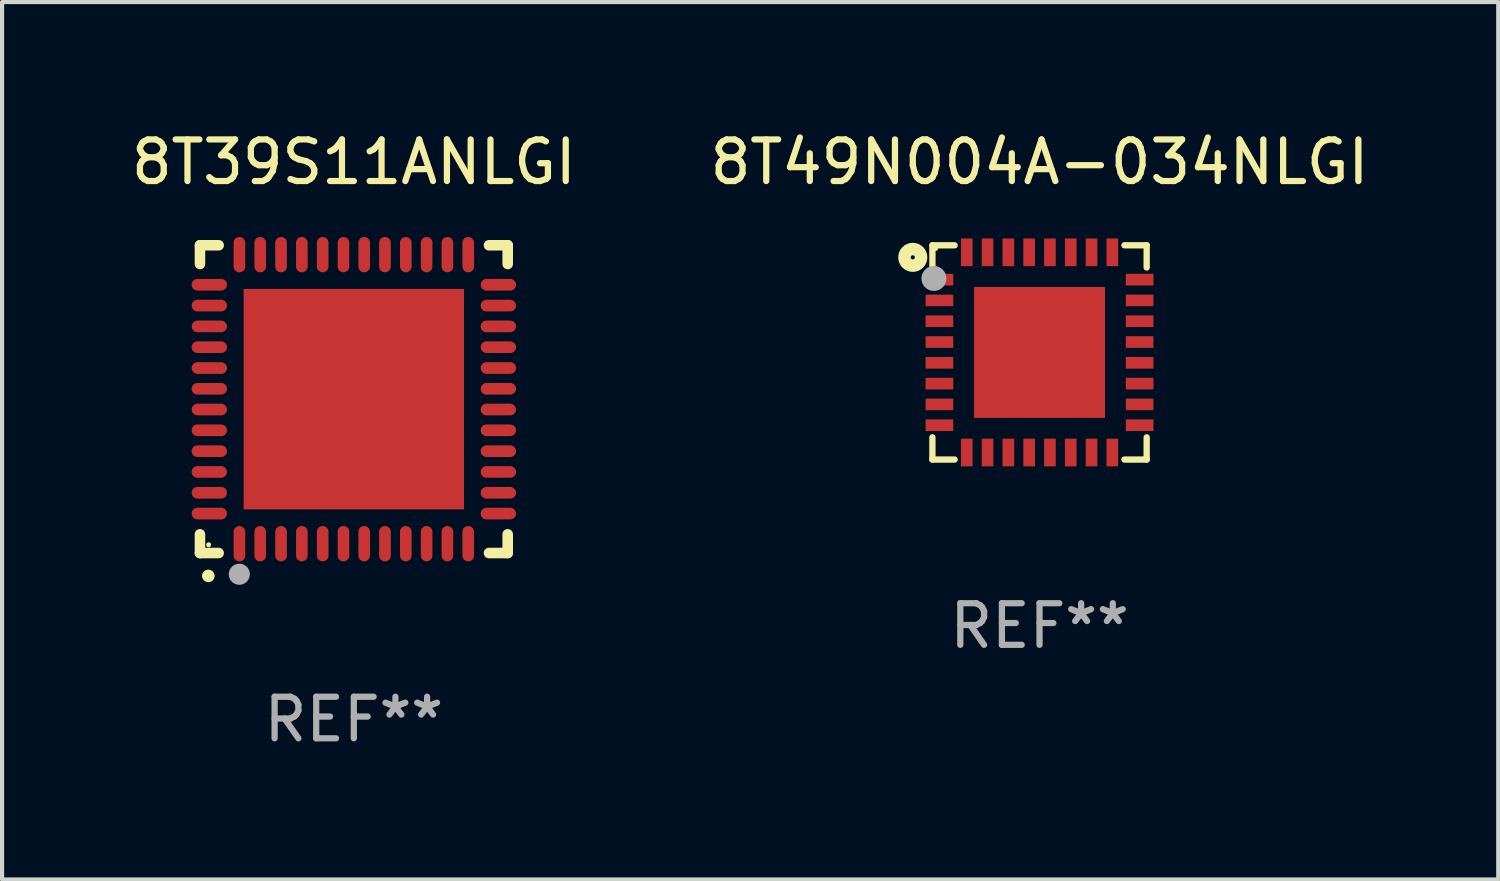
<source format=kicad_pcb>
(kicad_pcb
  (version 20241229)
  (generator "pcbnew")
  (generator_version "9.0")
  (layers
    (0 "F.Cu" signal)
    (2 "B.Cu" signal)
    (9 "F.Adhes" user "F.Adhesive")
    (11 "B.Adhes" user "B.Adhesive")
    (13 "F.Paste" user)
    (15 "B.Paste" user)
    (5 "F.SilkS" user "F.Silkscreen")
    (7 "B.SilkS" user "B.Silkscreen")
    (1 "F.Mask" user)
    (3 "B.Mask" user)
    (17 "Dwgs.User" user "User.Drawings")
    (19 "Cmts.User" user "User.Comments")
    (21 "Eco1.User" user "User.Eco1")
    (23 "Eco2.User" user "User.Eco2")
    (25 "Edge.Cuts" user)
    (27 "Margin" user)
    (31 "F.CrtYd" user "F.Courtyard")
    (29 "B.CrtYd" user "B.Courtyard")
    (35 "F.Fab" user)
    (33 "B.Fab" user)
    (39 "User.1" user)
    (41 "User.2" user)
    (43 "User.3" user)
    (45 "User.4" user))
  (footprint "8T49N004A-034NLGI"
    (layer "F.Cu")
    (at 21.946 5.424)
    (property "Reference" "8T49N004A-034NLGI" (at 0 -4.576 0) (layer "F.SilkS") (effects (font (size 1 1) (thickness 0.15))))
    (attr through_hole)
    (fp_line (start -2.576 -2.576) (end -2.042 -2.576) (stroke (width 0.152) (type solid)) (layer "F.SilkS"))
    (fp_line (start -2.576 -2.042) (end -2.576 -2.576) (stroke (width 0.152) (type solid)) (layer "F.SilkS"))
    (fp_line (start -2.576 2.042) (end -2.576 2.576) (stroke (width 0.152) (type solid)) (layer "F.SilkS"))
    (fp_line (start -2.576 2.576) (end -2.042 2.576) (stroke (width 0.152) (type solid)) (layer "F.SilkS"))
    (fp_line (start 2.576 -2.576) (end 2.042 -2.576) (stroke (width 0.152) (type solid)) (layer "F.SilkS"))
    (fp_line (start 2.576 -2.042) (end 2.576 -2.576) (stroke (width 0.152) (type solid)) (layer "F.SilkS"))
    (fp_line (start 2.576 2.042) (end 2.576 2.576) (stroke (width 0.152) (type solid)) (layer "F.SilkS"))
    (fp_line (start 2.576 2.576) (end 2.042 2.576) (stroke (width 0.152) (type solid)) (layer "F.SilkS"))
    (fp_circle (center -3.048 -2.286) (end -2.848 -2.286) (stroke (width 0.3) (type solid)) (fill no) (layer "F.SilkS"))
    (fp_circle (center -2.5 -2.5) (end -2.47 -2.5) (stroke (width 0.06) (type solid)) (fill no) (layer "F.SilkS"))
    (fp_circle (center -2.54 -1.778) (end -2.39 -1.778) (stroke (width 0.3) (type solid)) (fill no) (layer "F.Fab"))
    (fp_text user "REF**" (at 0 6.576 0) (layer "F.Fab") (effects (font (size 1 1) (thickness 0.15))))
    (pad "1" smd rect (at -2.407 -1.75) (size 0.665 0.28) (layers "F.Cu" "F.Mask" "F.Paste"))
    (pad "2" smd rect (at -2.407 -1.25) (size 0.665 0.28) (layers "F.Cu" "F.Mask" "F.Paste"))
    (pad "3" smd rect (at -2.407 -0.75) (size 0.665 0.28) (layers "F.Cu" "F.Mask" "F.Paste"))
    (pad "4" smd rect (at -2.407 -0.25) (size 0.665 0.28) (layers "F.Cu" "F.Mask" "F.Paste"))
    (pad "5" smd rect (at -2.407 0.25) (size 0.665 0.28) (layers "F.Cu" "F.Mask" "F.Paste"))
    (pad "6" smd rect (at -2.407 0.75) (size 0.665 0.28) (layers "F.Cu" "F.Mask" "F.Paste"))
    (pad "7" smd rect (at -2.407 1.25) (size 0.665 0.28) (layers "F.Cu" "F.Mask" "F.Paste"))
    (pad "8" smd rect (at -2.407 1.75) (size 0.665 0.28) (layers "F.Cu" "F.Mask" "F.Paste"))
    (pad "9" smd rect (at -1.75 2.407) (size 0.28 0.665) (layers "F.Cu" "F.Mask" "F.Paste"))
    (pad "10" smd rect (at -1.25 2.407) (size 0.28 0.665) (layers "F.Cu" "F.Mask" "F.Paste"))
    (pad "11" smd rect (at -0.75 2.407) (size 0.28 0.665) (layers "F.Cu" "F.Mask" "F.Paste"))
    (pad "12" smd rect (at -0.25 2.407) (size 0.28 0.665) (layers "F.Cu" "F.Mask" "F.Paste"))
    (pad "13" smd rect (at 0.25 2.407) (size 0.28 0.665) (layers "F.Cu" "F.Mask" "F.Paste"))
    (pad "14" smd rect (at 0.75 2.407) (size 0.28 0.665) (layers "F.Cu" "F.Mask" "F.Paste"))
    (pad "15" smd rect (at 1.25 2.407) (size 0.28 0.665) (layers "F.Cu" "F.Mask" "F.Paste"))
    (pad "16" smd rect (at 1.75 2.407) (size 0.28 0.665) (layers "F.Cu" "F.Mask" "F.Paste"))
    (pad "17" smd rect (at 2.407 1.75) (size 0.665 0.28) (layers "F.Cu" "F.Mask" "F.Paste"))
    (pad "18" smd rect (at 2.407 1.25) (size 0.665 0.28) (layers "F.Cu" "F.Mask" "F.Paste"))
    (pad "19" smd rect (at 2.407 0.75) (size 0.665 0.28) (layers "F.Cu" "F.Mask" "F.Paste"))
    (pad "20" smd rect (at 2.407 0.25) (size 0.665 0.28) (layers "F.Cu" "F.Mask" "F.Paste"))
    (pad "21" smd rect (at 2.407 -0.25) (size 0.665 0.28) (layers "F.Cu" "F.Mask" "F.Paste"))
    (pad "22" smd rect (at 2.407 -0.75) (size 0.665 0.28) (layers "F.Cu" "F.Mask" "F.Paste"))
    (pad "23" smd rect (at 2.407 -1.25) (size 0.665 0.28) (layers "F.Cu" "F.Mask" "F.Paste"))
    (pad "24" smd rect (at 2.407 -1.75) (size 0.665 0.28) (layers "F.Cu" "F.Mask" "F.Paste"))
    (pad "25" smd rect (at 1.75 -2.407) (size 0.28 0.665) (layers "F.Cu" "F.Mask" "F.Paste"))
    (pad "26" smd rect (at 1.25 -2.407) (size 0.28 0.665) (layers "F.Cu" "F.Mask" "F.Paste"))
    (pad "27" smd rect (at 0.75 -2.407) (size 0.28 0.665) (layers "F.Cu" "F.Mask" "F.Paste"))
    (pad "28" smd rect (at 0.25 -2.407) (size 0.28 0.665) (layers "F.Cu" "F.Mask" "F.Paste"))
    (pad "29" smd rect (at -0.25 -2.407) (size 0.28 0.665) (layers "F.Cu" "F.Mask" "F.Paste"))
    (pad "30" smd rect (at -0.75 -2.407) (size 0.28 0.665) (layers "F.Cu" "F.Mask" "F.Paste"))
    (pad "31" smd rect (at -1.25 -2.407) (size 0.28 0.665) (layers "F.Cu" "F.Mask" "F.Paste"))
    (pad "32" smd rect (at -1.75 -2.407) (size 0.28 0.665) (layers "F.Cu" "F.Mask" "F.Paste"))
    (pad "33" smd rect (at 0 0) (size 3.15 3.15) (layers "F.Cu" "F.Mask" "F.Paste")))
  (footprint "8T39S11ANLGI"
    (layer "F.Cu")
    (at 5.458 6.548)
    (property "Reference" "8T39S11ANLGI" (at 0 -5.7 0) (layer "F.SilkS") (effects (font (size 1 1) (thickness 0.15))))
    (attr through_hole)
    (fp_line (start -3.7 -3.7) (end -3.25 -3.7) (stroke (width 0.254) (type solid)) (layer "F.SilkS"))
    (fp_line (start -3.7 -3.25) (end -3.7 -3.7) (stroke (width 0.254) (type solid)) (layer "F.SilkS"))
    (fp_line (start -3.7 3.7) (end -3.7 3.25) (stroke (width 0.254) (type solid)) (layer "F.SilkS"))
    (fp_line (start -3.25 3.7) (end -3.7 3.7) (stroke (width 0.254) (type solid)) (layer "F.SilkS"))
    (fp_line (start 3.25 3.7) (end 3.7 3.7) (stroke (width 0.254) (type solid)) (layer "F.SilkS"))
    (fp_line (start 3.7 -3.7) (end 3.25 -3.7) (stroke (width 0.254) (type solid)) (layer "F.SilkS"))
    (fp_line (start 3.7 -3.25) (end 3.7 -3.7) (stroke (width 0.254) (type solid)) (layer "F.SilkS"))
    (fp_line (start 3.7 3.7) (end 3.7 3.25) (stroke (width 0.254) (type solid)) (layer "F.SilkS"))
    (fp_arc (start -3.500127 4.249428) (mid -3.498857 4.249423) (end -3.497587 4.249428) (stroke (width 0.3) (type solid)) (layer "F.SilkS"))
    (fp_circle (center -3.491 3.501) (end -3.461 3.501) (stroke (width 0.06) (type solid)) (fill no) (layer "F.SilkS"))
    (fp_circle (center -2.754 4.21) (end -2.627 4.21) (stroke (width 0.254) (type solid)) (fill no) (layer "F.Fab"))
    (fp_text user "REF**" (at 0 7.7 0) (layer "F.Fab") (effects (font (size 1 1) (thickness 0.15))))
    (pad "1" smd oval (at -2.751 3.475) (size 0.28 0.85) (layers "F.Cu" "F.Mask" "F.Paste"))
    (pad "2" smd oval (at -2.251 3.475) (size 0.28 0.85) (layers "F.Cu" "F.Mask" "F.Paste"))
    (pad "3" smd oval (at -1.75 3.475) (size 0.28 0.85) (layers "F.Cu" "F.Mask" "F.Paste"))
    (pad "4" smd oval (at -1.25 3.475) (size 0.28 0.85) (layers "F.Cu" "F.Mask" "F.Paste"))
    (pad "5" smd oval (at -0.749 3.475) (size 0.28 0.85) (layers "F.Cu" "F.Mask" "F.Paste"))
    (pad "6" smd oval (at -0.249 3.475) (size 0.28 0.85) (layers "F.Cu" "F.Mask" "F.Paste"))
    (pad "7" smd oval (at 0.249 3.475) (size 0.28 0.85) (layers "F.Cu" "F.Mask" "F.Paste"))
    (pad "8" smd oval (at 0.749 3.475) (size 0.28 0.85) (layers "F.Cu" "F.Mask" "F.Paste"))
    (pad "9" smd oval (at 1.25 3.475) (size 0.28 0.85) (layers "F.Cu" "F.Mask" "F.Paste"))
    (pad "10" smd oval (at 1.75 3.475) (size 0.28 0.85) (layers "F.Cu" "F.Mask" "F.Paste"))
    (pad "11" smd oval (at 2.25 3.475) (size 0.28 0.85) (layers "F.Cu" "F.Mask" "F.Paste"))
    (pad "12" smd oval (at 2.751 3.475) (size 0.28 0.85) (layers "F.Cu" "F.Mask" "F.Paste"))
    (pad "13" smd oval (at 3.475 2.751) (size 0.85 0.28) (layers "F.Cu" "F.Mask" "F.Paste"))
    (pad "14" smd oval (at 3.475 2.251) (size 0.85 0.28) (layers "F.Cu" "F.Mask" "F.Paste"))
    (pad "15" smd oval (at 3.475 1.75) (size 0.85 0.28) (layers "F.Cu" "F.Mask" "F.Paste"))
    (pad "16" smd oval (at 3.475 1.25) (size 0.85 0.28) (layers "F.Cu" "F.Mask" "F.Paste"))
    (pad "17" smd oval (at 3.475 0.749) (size 0.85 0.28) (layers "F.Cu" "F.Mask" "F.Paste"))
    (pad "18" smd oval (at 3.475 0.249) (size 0.85 0.28) (layers "F.Cu" "F.Mask" "F.Paste"))
    (pad "19" smd oval (at 3.475 -0.249) (size 0.85 0.28) (layers "F.Cu" "F.Mask" "F.Paste"))
    (pad "20" smd oval (at 3.475 -0.749) (size 0.85 0.28) (layers "F.Cu" "F.Mask" "F.Paste"))
    (pad "21" smd oval (at 3.475 -1.25) (size 0.85 0.28) (layers "F.Cu" "F.Mask" "F.Paste"))
    (pad "22" smd oval (at 3.475 -1.75) (size 0.85 0.28) (layers "F.Cu" "F.Mask" "F.Paste"))
    (pad "23" smd oval (at 3.475 -2.25) (size 0.85 0.28) (layers "F.Cu" "F.Mask" "F.Paste"))
    (pad "24" smd oval (at 3.475 -2.751) (size 0.85 0.28) (layers "F.Cu" "F.Mask" "F.Paste"))
    (pad "25" smd oval (at 2.751 -3.475) (size 0.28 0.85) (layers "F.Cu" "F.Mask" "F.Paste"))
    (pad "26" smd oval (at 2.25 -3.475) (size 0.28 0.85) (layers "F.Cu" "F.Mask" "F.Paste"))
    (pad "27" smd oval (at 1.75 -3.475) (size 0.28 0.85) (layers "F.Cu" "F.Mask" "F.Paste"))
    (pad "28" smd oval (at 1.25 -3.475) (size 0.28 0.85) (layers "F.Cu" "F.Mask" "F.Paste"))
    (pad "29" smd oval (at 0.749 -3.475) (size 0.28 0.85) (layers "F.Cu" "F.Mask" "F.Paste"))
    (pad "30" smd oval (at 0.249 -3.475) (size 0.28 0.85) (layers "F.Cu" "F.Mask" "F.Paste"))
    (pad "31" smd oval (at -0.249 -3.475) (size 0.28 0.85) (layers "F.Cu" "F.Mask" "F.Paste"))
    (pad "32" smd oval (at -0.749 -3.475) (size 0.28 0.85) (layers "F.Cu" "F.Mask" "F.Paste"))
    (pad "33" smd oval (at -1.25 -3.475) (size 0.28 0.85) (layers "F.Cu" "F.Mask" "F.Paste"))
    (pad "34" smd oval (at -1.75 -3.475) (size 0.28 0.85) (layers "F.Cu" "F.Mask" "F.Paste"))
    (pad "35" smd oval (at -2.251 -3.475) (size 0.28 0.85) (layers "F.Cu" "F.Mask" "F.Paste"))
    (pad "36" smd oval (at -2.751 -3.475) (size 0.28 0.85) (layers "F.Cu" "F.Mask" "F.Paste"))
    (pad "37" smd oval (at -3.475 -2.751) (size 0.85 0.28) (layers "F.Cu" "F.Mask" "F.Paste"))
    (pad "38" smd oval (at -3.475 -2.25) (size 0.85 0.28) (layers "F.Cu" "F.Mask" "F.Paste"))
    (pad "39" smd oval (at -3.475 -1.75) (size 0.85 0.28) (layers "F.Cu" "F.Mask" "F.Paste"))
    (pad "40" smd oval (at -3.475 -1.25) (size 0.85 0.28) (layers "F.Cu" "F.Mask" "F.Paste"))
    (pad "41" smd oval (at -3.475 -0.749) (size 0.85 0.28) (layers "F.Cu" "F.Mask" "F.Paste"))
    (pad "42" smd oval (at -3.475 -0.249) (size 0.85 0.28) (layers "F.Cu" "F.Mask" "F.Paste"))
    (pad "43" smd oval (at -3.475 0.249) (size 0.85 0.28) (layers "F.Cu" "F.Mask" "F.Paste"))
    (pad "44" smd oval (at -3.475 0.749) (size 0.85 0.28) (layers "F.Cu" "F.Mask" "F.Paste"))
    (pad "45" smd oval (at -3.475 1.25) (size 0.85 0.28) (layers "F.Cu" "F.Mask" "F.Paste"))
    (pad "46" smd oval (at -3.475 1.75) (size 0.85 0.28) (layers "F.Cu" "F.Mask" "F.Paste"))
    (pad "47" smd oval (at -3.475 2.251) (size 0.85 0.28) (layers "F.Cu" "F.Mask" "F.Paste"))
    (pad "48" smd oval (at -3.475 2.751) (size 0.85 0.28) (layers "F.Cu" "F.Mask" "F.Paste"))
    (pad "49" smd rect (at -0.000102 0.000102) (size 5.3 5.3) (layers "F.Cu" "F.Mask" "F.Paste")))
  (gr_rect
    (start -3 -3)
    (end 32.976 18.097)
    (stroke (width 0.1) (type default))
    (fill no)
    (layer "Edge.Cuts")))
</source>
